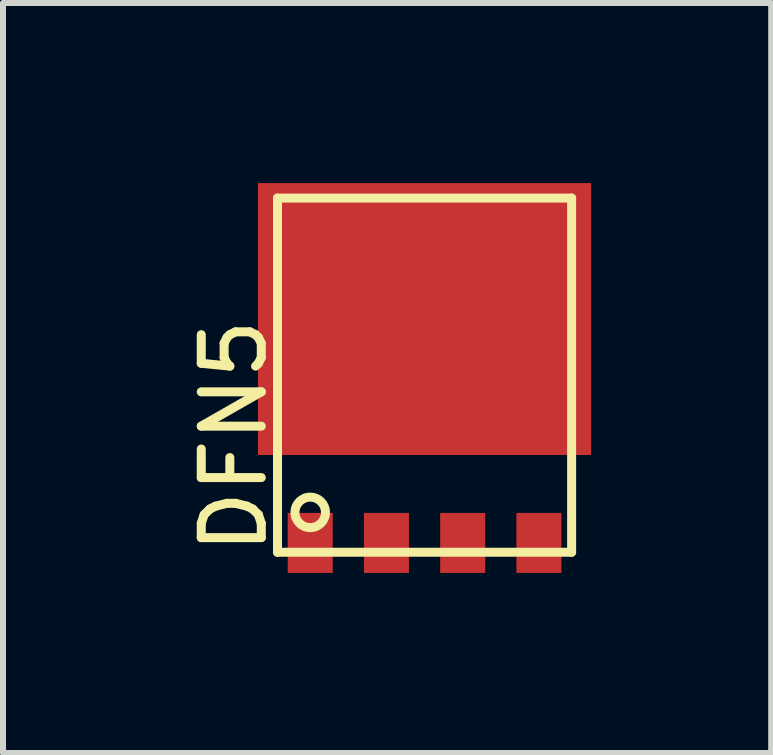
<source format=kicad_pcb>
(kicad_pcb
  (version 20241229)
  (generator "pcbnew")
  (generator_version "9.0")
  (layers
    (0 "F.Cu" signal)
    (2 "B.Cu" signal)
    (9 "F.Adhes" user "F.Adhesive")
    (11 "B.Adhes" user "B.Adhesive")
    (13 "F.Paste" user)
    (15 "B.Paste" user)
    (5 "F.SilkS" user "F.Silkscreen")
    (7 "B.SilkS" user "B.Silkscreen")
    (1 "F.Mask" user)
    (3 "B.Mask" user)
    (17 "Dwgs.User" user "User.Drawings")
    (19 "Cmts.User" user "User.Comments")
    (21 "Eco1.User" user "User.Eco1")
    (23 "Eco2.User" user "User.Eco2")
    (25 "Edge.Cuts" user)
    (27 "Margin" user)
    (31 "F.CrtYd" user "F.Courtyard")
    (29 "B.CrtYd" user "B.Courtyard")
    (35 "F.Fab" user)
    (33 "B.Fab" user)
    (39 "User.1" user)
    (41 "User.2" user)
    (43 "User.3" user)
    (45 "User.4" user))
  (footprint "DFN5"
    (layer "F.Cu")
    (at 4.023 3.2)
    (property "Reference" "DFN5" (at -3.175 1.016 90) (layer "F.SilkS") (effects (font (size 1 1) (thickness 0.15))))
    (attr smd)
    (fp_line (start -2.45 -2.95) (end -2.45 2.95) (stroke (width 0.15) (type solid)) (layer "F.SilkS"))
    (fp_line (start -2.45 2.95) (end 2.45 2.95) (stroke (width 0.15) (type solid)) (layer "F.SilkS"))
    (fp_line (start 2.45 -2.95) (end -2.45 -2.95) (stroke (width 0.15) (type solid)) (layer "F.SilkS"))
    (fp_line (start 2.45 2.95) (end 2.45 -2.95) (stroke (width 0.15) (type solid)) (layer "F.SilkS"))
    (fp_circle (center -1.905 2.286) (end -1.651 2.286) (stroke (width 0.15) (type solid)) (fill no) (layer "F.SilkS"))
    (pad "D" smd rect (at 0 -0.935) (size 5.55 4.53) (layers "F.Cu" "F.Mask" "F.Paste"))
    (pad "G" smd rect (at 1.905 2.795) (size 0.75 1) (layers "F.Cu" "F.Mask" "F.Paste"))
    (pad "S" smd rect (at -1.905 2.795) (size 0.75 1) (layers "F.Cu" "F.Mask" "F.Paste"))
    (pad "S" smd rect (at -0.635 2.795) (size 0.75 1) (layers "F.Cu" "F.Mask" "F.Paste"))
    (pad "S" smd rect (at 0.635 2.795) (size 0.75 1) (layers "F.Cu" "F.Mask" "F.Paste")))
  (gr_rect
    (start -3 -3)
    (end 9.798 9.495)
    (stroke (width 0.1) (type default))
    (fill no)
    (layer "Edge.Cuts")))
</source>
